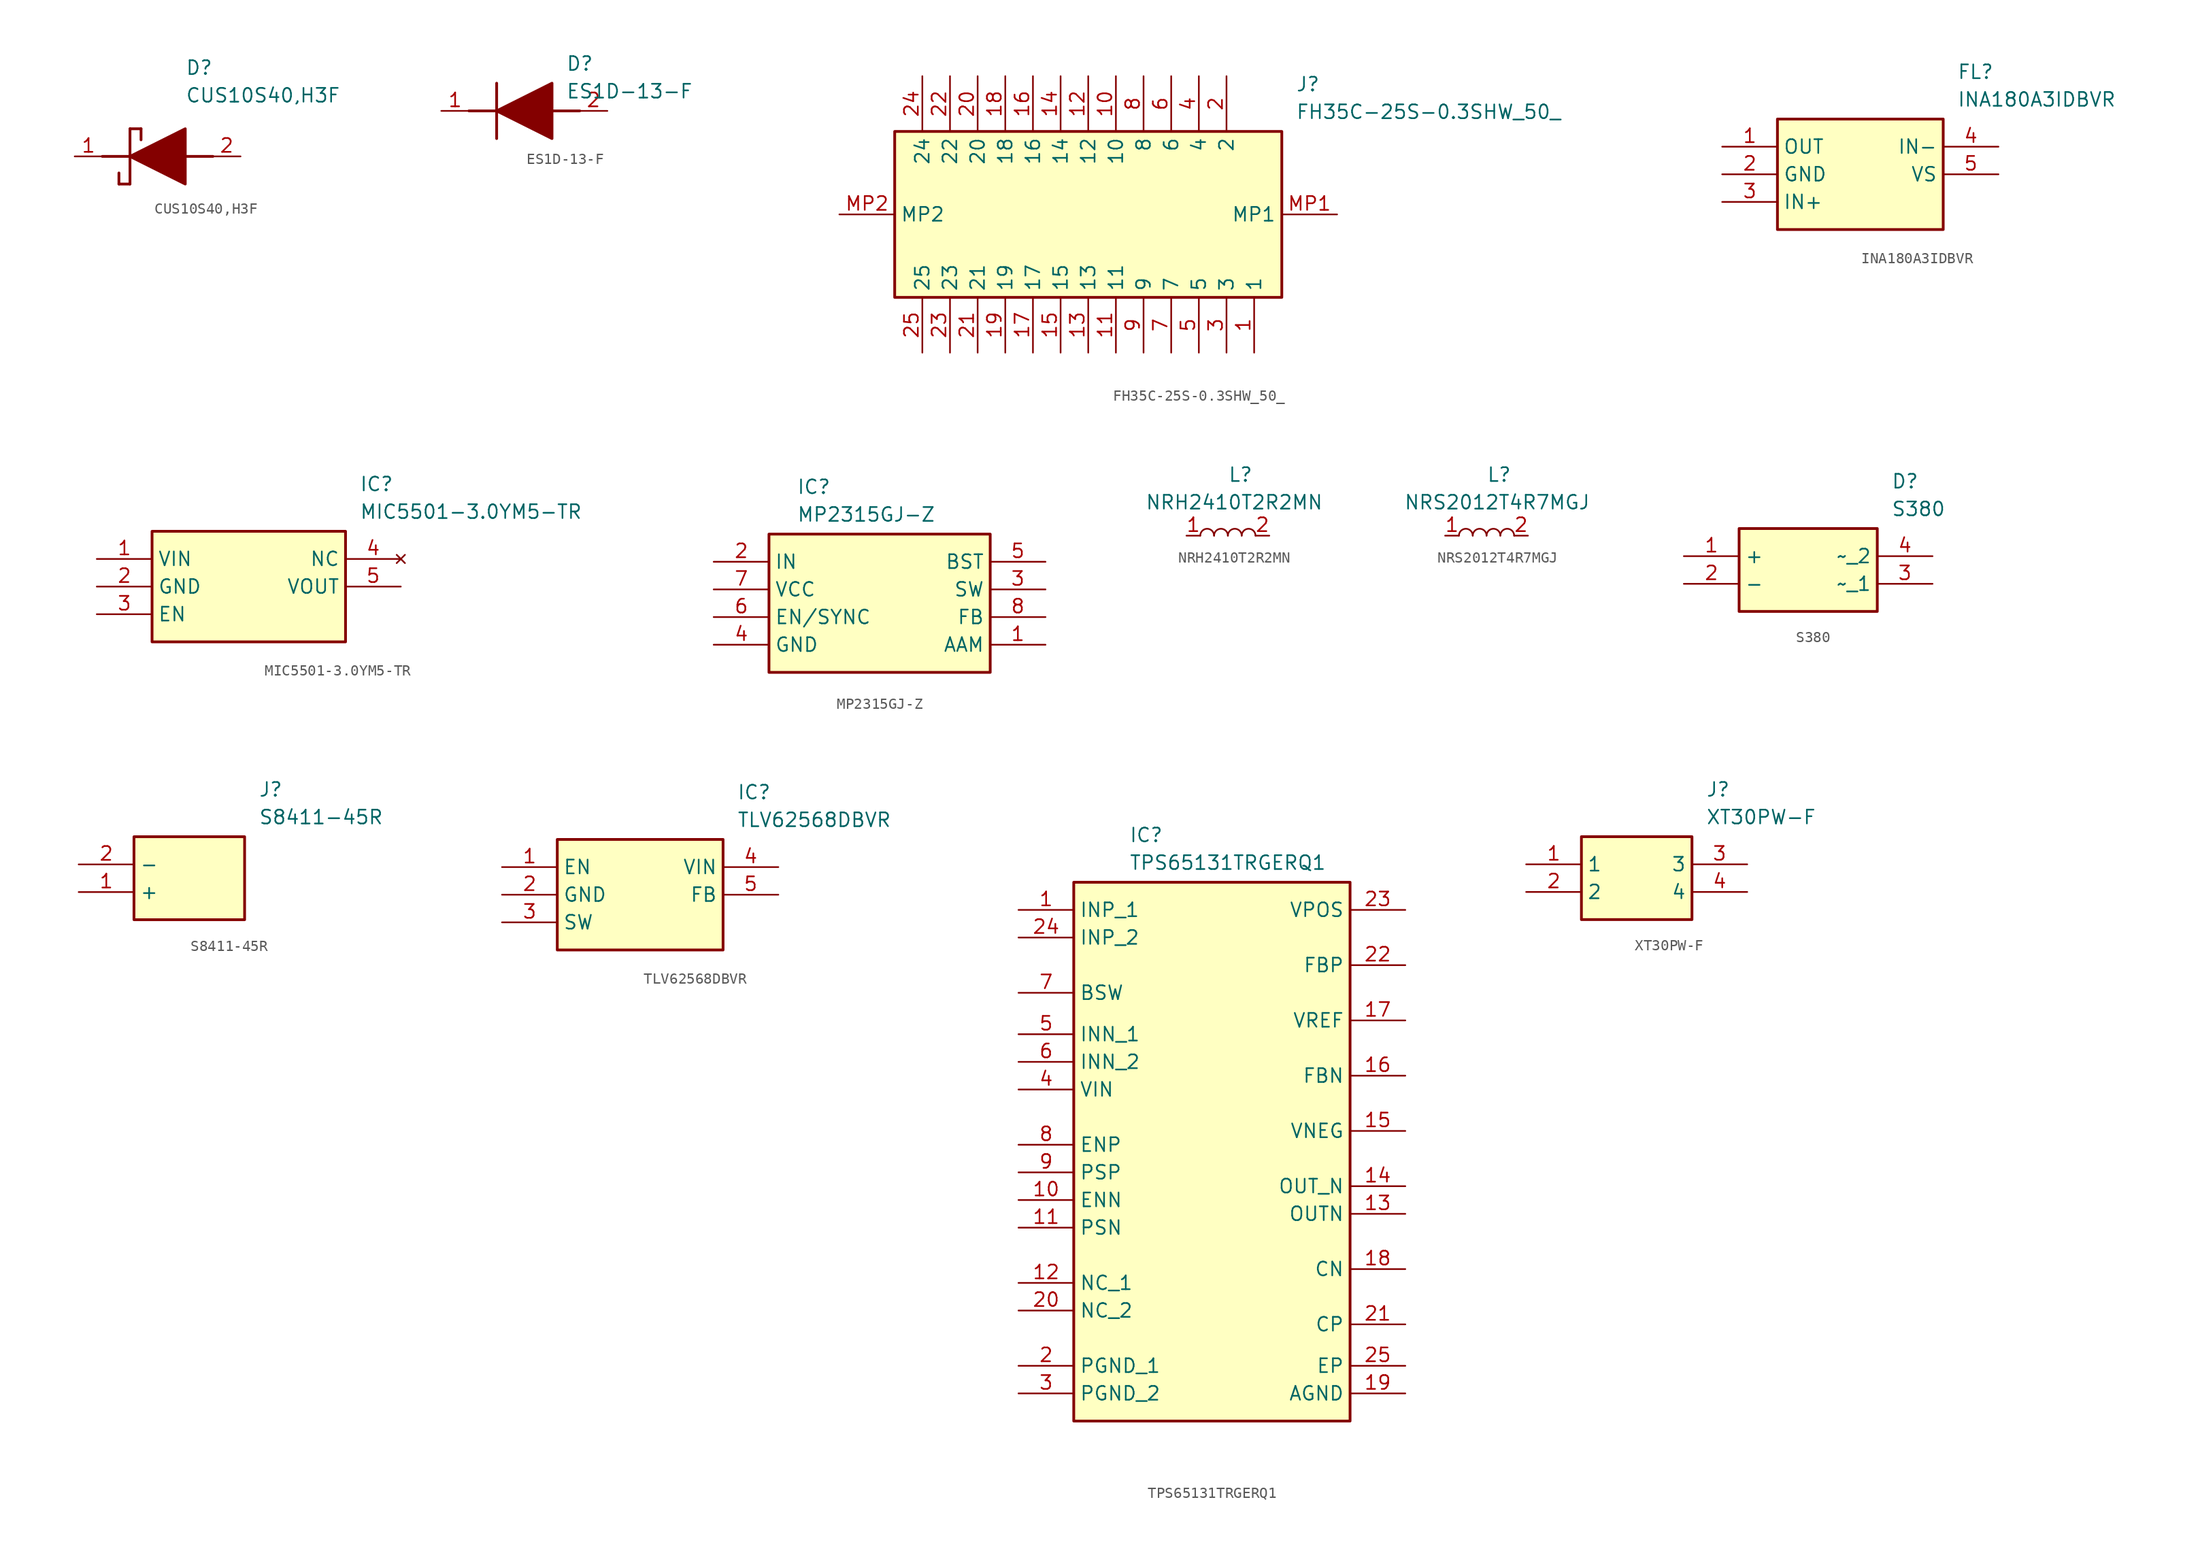
<source format=kicad_sym>
(kicad_symbol_lib
  (version 20220914)
  (generator kicad_symbol_editor)
  (symbol "CUS10S40,H3F"
    (pin_names hide)
    (property "Reference" "D"
      (at 12.7 8.89 0)
      (effects (font (size 1.27 1.27)) (justify left top)))
    (property "Value" "CUS10S40,H3F"
      (at 12.7 6.35 0)
      (effects (font (size 1.27 1.27)) (justify left top)))
    (symbol "CUS10S40,H3F_1_1"
      (polyline (pts (xy 5.08 0) (xy 7.62 0)) (stroke (width 0.254) (type default)) (fill (type none)))
      (polyline (pts (xy 6.604 -1.524) (xy 6.604 -2.54)) (stroke (width 0.254) (type default)) (fill (type none)))
      (polyline (pts (xy 7.62 -2.54) (xy 6.604 -2.54)) (stroke (width 0.254) (type default)) (fill (type none)))
      (polyline (pts (xy 7.62 2.54) (xy 7.62 -2.54)) (stroke (width 0.254) (type default)) (fill (type none)))
      (polyline (pts (xy 7.62 2.54) (xy 8.636 2.54)) (stroke (width 0.254) (type default)) (fill (type none)))
      (polyline (pts (xy 8.636 1.524) (xy 8.636 2.54)) (stroke (width 0.254) (type default)) (fill (type none)))
      (polyline (pts (xy 12.7 0) (xy 15.24 0)) (stroke (width 0.254) (type default)) (fill (type none)))
      (polyline (pts (xy 7.62 0) (xy 12.7 2.54) (xy 12.7 -2.54) (xy 7.62 0)) (stroke (width 0.254) (type default)) (fill (type outline)))
      (pin passive line (at 2.54 0 0) (length 2.54) (name "K" (effects (font (size 1.27 1.27)))) (number "1" (effects (font (size 1.27 1.27)))))
      (pin passive line (at 17.78 0 180) (length 2.54) (name "A" (effects (font (size 1.27 1.27)))) (number "2" (effects (font (size 1.27 1.27)))))))
  (symbol "ES1D-13-F"
    (pin_names hide)
    (property "Reference" "D"
      (at 11.43 5.08 0)
      (effects (font (size 1.27 1.27)) (justify left top)))
    (property "Value" "ES1D-13-F"
      (at 11.43 2.54 0)
      (effects (font (size 1.27 1.27)) (justify left top)))
    (symbol "ES1D-13-F_1_1"
      (polyline (pts (xy 2.54 0) (xy 5.08 0)) (stroke (width 0.254) (type default)) (fill (type none)))
      (polyline (pts (xy 5.08 2.54) (xy 5.08 -2.54)) (stroke (width 0.254) (type default)) (fill (type none)))
      (polyline (pts (xy 10.16 0) (xy 12.7 0)) (stroke (width 0.254) (type default)) (fill (type none)))
      (polyline (pts (xy 5.08 0) (xy 10.16 2.54) (xy 10.16 -2.54) (xy 5.08 0)) (stroke (width 0.254) (type default)) (fill (type outline)))
      (pin passive line (at 0 0 0) (length 2.54) (name "K" (effects (font (size 1.27 1.27)))) (number "1" (effects (font (size 1.27 1.27)))))
      (pin passive line (at 15.24 0 180) (length 2.54) (name "A" (effects (font (size 1.27 1.27)))) (number "2" (effects (font (size 1.27 1.27)))))))
  (symbol "FH35C-25S-0.3SHW_50_"
    (property "Reference" "J"
      (at 41.91 12.7 0)
      (effects (font (size 1.27 1.27)) (justify left top)))
    (property "Value" "FH35C-25S-0.3SHW_50_"
      (at 41.91 10.16 0)
      (effects (font (size 1.27 1.27)) (justify left top)))
    (symbol "FH35C-25S-0.3SHW_50__1_1"
      (rectangle (start 5.08 7.62) (end 40.64 -7.62) (stroke (width 0.254) (type default)) (fill (type background)))
      (pin passive line (at 38.1 -12.7 90) (length 5.08) (name "1" (effects (font (size 1.27 1.27)))) (number "1" (effects (font (size 1.27 1.27)))))
      (pin passive line (at 25.4 12.7 270) (length 5.08) (name "10" (effects (font (size 1.27 1.27)))) (number "10" (effects (font (size 1.27 1.27)))))
      (pin passive line (at 25.4 -12.7 90) (length 5.08) (name "11" (effects (font (size 1.27 1.27)))) (number "11" (effects (font (size 1.27 1.27)))))
      (pin passive line (at 22.86 12.7 270) (length 5.08) (name "12" (effects (font (size 1.27 1.27)))) (number "12" (effects (font (size 1.27 1.27)))))
      (pin passive line (at 22.86 -12.7 90) (length 5.08) (name "13" (effects (font (size 1.27 1.27)))) (number "13" (effects (font (size 1.27 1.27)))))
      (pin passive line (at 20.32 12.7 270) (length 5.08) (name "14" (effects (font (size 1.27 1.27)))) (number "14" (effects (font (size 1.27 1.27)))))
      (pin passive line (at 20.32 -12.7 90) (length 5.08) (name "15" (effects (font (size 1.27 1.27)))) (number "15" (effects (font (size 1.27 1.27)))))
      (pin passive line (at 17.78 12.7 270) (length 5.08) (name "16" (effects (font (size 1.27 1.27)))) (number "16" (effects (font (size 1.27 1.27)))))
      (pin passive line (at 17.78 -12.7 90) (length 5.08) (name "17" (effects (font (size 1.27 1.27)))) (number "17" (effects (font (size 1.27 1.27)))))
      (pin passive line (at 15.24 12.7 270) (length 5.08) (name "18" (effects (font (size 1.27 1.27)))) (number "18" (effects (font (size 1.27 1.27)))))
      (pin passive line (at 15.24 -12.7 90) (length 5.08) (name "19" (effects (font (size 1.27 1.27)))) (number "19" (effects (font (size 1.27 1.27)))))
      (pin passive line (at 35.56 12.7 270) (length 5.08) (name "2" (effects (font (size 1.27 1.27)))) (number "2" (effects (font (size 1.27 1.27)))))
      (pin passive line (at 12.7 12.7 270) (length 5.08) (name "20" (effects (font (size 1.27 1.27)))) (number "20" (effects (font (size 1.27 1.27)))))
      (pin passive line (at 12.7 -12.7 90) (length 5.08) (name "21" (effects (font (size 1.27 1.27)))) (number "21" (effects (font (size 1.27 1.27)))))
      (pin passive line (at 10.16 12.7 270) (length 5.08) (name "22" (effects (font (size 1.27 1.27)))) (number "22" (effects (font (size 1.27 1.27)))))
      (pin passive line (at 10.16 -12.7 90) (length 5.08) (name "23" (effects (font (size 1.27 1.27)))) (number "23" (effects (font (size 1.27 1.27)))))
      (pin passive line (at 7.62 12.7 270) (length 5.08) (name "24" (effects (font (size 1.27 1.27)))) (number "24" (effects (font (size 1.27 1.27)))))
      (pin passive line (at 7.62 -12.7 90) (length 5.08) (name "25" (effects (font (size 1.27 1.27)))) (number "25" (effects (font (size 1.27 1.27)))))
      (pin passive line (at 35.56 -12.7 90) (length 5.08) (name "3" (effects (font (size 1.27 1.27)))) (number "3" (effects (font (size 1.27 1.27)))))
      (pin passive line (at 33.02 12.7 270) (length 5.08) (name "4" (effects (font (size 1.27 1.27)))) (number "4" (effects (font (size 1.27 1.27)))))
      (pin passive line (at 33.02 -12.7 90) (length 5.08) (name "5" (effects (font (size 1.27 1.27)))) (number "5" (effects (font (size 1.27 1.27)))))
      (pin passive line (at 30.48 12.7 270) (length 5.08) (name "6" (effects (font (size 1.27 1.27)))) (number "6" (effects (font (size 1.27 1.27)))))
      (pin passive line (at 30.48 -12.7 90) (length 5.08) (name "7" (effects (font (size 1.27 1.27)))) (number "7" (effects (font (size 1.27 1.27)))))
      (pin passive line (at 27.94 12.7 270) (length 5.08) (name "8" (effects (font (size 1.27 1.27)))) (number "8" (effects (font (size 1.27 1.27)))))
      (pin passive line (at 27.94 -12.7 90) (length 5.08) (name "9" (effects (font (size 1.27 1.27)))) (number "9" (effects (font (size 1.27 1.27)))))
      (pin passive line (at 45.72 0 180) (length 5.08) (name "MP1" (effects (font (size 1.27 1.27)))) (number "MP1" (effects (font (size 1.27 1.27)))))
      (pin passive line (at 0 0 0) (length 5.08) (name "MP2" (effects (font (size 1.27 1.27)))) (number "MP2" (effects (font (size 1.27 1.27)))))))
  (symbol "INA180A3IDBVR"
    (property "Reference" "FL"
      (at 21.59 7.62 0)
      (effects (font (size 1.27 1.27)) (justify left top)))
    (property "Value" "INA180A3IDBVR"
      (at 21.59 5.08 0)
      (effects (font (size 1.27 1.27)) (justify left top)))
    (symbol "INA180A3IDBVR_1_1"
      (rectangle (start 5.08 2.54) (end 20.32 -7.62) (stroke (width 0.254) (type default)) (fill (type background)))
      (pin output line (at 0 0 0) (length 5.08) (name "OUT" (effects (font (size 1.27 1.27)))) (number "1" (effects (font (size 1.27 1.27)))))
      (pin power_in line (at 0 -2.54 0) (length 5.08) (name "GND" (effects (font (size 1.27 1.27)))) (number "2" (effects (font (size 1.27 1.27)))))
      (pin input line (at 0 -5.08 0) (length 5.08) (name "IN+" (effects (font (size 1.27 1.27)))) (number "3" (effects (font (size 1.27 1.27)))))
      (pin input line (at 25.4 0 180) (length 5.08) (name "IN-" (effects (font (size 1.27 1.27)))) (number "4" (effects (font (size 1.27 1.27)))))
      (pin power_in line (at 25.4 -2.54 180) (length 5.08) (name "VS" (effects (font (size 1.27 1.27)))) (number "5" (effects (font (size 1.27 1.27)))))))
  (symbol "MIC5501-3.0YM5-TR"
    (property "Reference" "IC"
      (at 24.13 7.62 0)
      (effects (font (size 1.27 1.27)) (justify left top)))
    (property "Value" "MIC5501-3.0YM5-TR"
      (at 24.13 5.08 0)
      (effects (font (size 1.27 1.27)) (justify left top)))
    (symbol "MIC5501-3.0YM5-TR_1_1"
      (rectangle (start 5.08 2.54) (end 22.86 -7.62) (stroke (width 0.254) (type default)) (fill (type background)))
      (pin passive line (at 0 0 0) (length 5.08) (name "VIN" (effects (font (size 1.27 1.27)))) (number "1" (effects (font (size 1.27 1.27)))))
      (pin passive line (at 0 -2.54 0) (length 5.08) (name "GND" (effects (font (size 1.27 1.27)))) (number "2" (effects (font (size 1.27 1.27)))))
      (pin passive line (at 0 -5.08 0) (length 5.08) (name "EN" (effects (font (size 1.27 1.27)))) (number "3" (effects (font (size 1.27 1.27)))))
      (pin no_connect line (at 27.94 0 180) (length 5.08) (name "NC" (effects (font (size 1.27 1.27)))) (number "4" (effects (font (size 1.27 1.27)))))
      (pin passive line (at 27.94 -2.54 180) (length 5.08) (name "VOUT" (effects (font (size 1.27 1.27)))) (number "5" (effects (font (size 1.27 1.27)))))))
  (symbol "MP2315GJ-Z"
    (property "Reference" "IC"
      (at 7.62 7.62 0)
      (effects (font (size 1.27 1.27)) (justify left top)))
    (property "Value" "MP2315GJ-Z"
      (at 7.62 5.08 0)
      (effects (font (size 1.27 1.27)) (justify left top)))
    (symbol "MP2315GJ-Z_1_1"
      (rectangle (start 5.08 2.54) (end 25.4 -10.16) (stroke (width 0.254) (type default)) (fill (type background)))
      (pin passive line (at 30.48 -7.62 180) (length 5.08) (name "AAM" (effects (font (size 1.27 1.27)))) (number "1" (effects (font (size 1.27 1.27)))))
      (pin input line (at 0 0 0) (length 5.08) (name "IN" (effects (font (size 1.27 1.27)))) (number "2" (effects (font (size 1.27 1.27)))))
      (pin passive line (at 30.48 -2.54 180) (length 5.08) (name "SW" (effects (font (size 1.27 1.27)))) (number "3" (effects (font (size 1.27 1.27)))))
      (pin power_in line (at 0 -7.62 0) (length 5.08) (name "GND" (effects (font (size 1.27 1.27)))) (number "4" (effects (font (size 1.27 1.27)))))
      (pin passive line (at 30.48 0 180) (length 5.08) (name "BST" (effects (font (size 1.27 1.27)))) (number "5" (effects (font (size 1.27 1.27)))))
      (pin passive line (at 0 -5.08 0) (length 5.08) (name "EN/SYNC" (effects (font (size 1.27 1.27)))) (number "6" (effects (font (size 1.27 1.27)))))
      (pin passive line (at 0 -2.54 0) (length 5.08) (name "VCC" (effects (font (size 1.27 1.27)))) (number "7" (effects (font (size 1.27 1.27)))))
      (pin passive line (at 30.48 -5.08 180) (length 5.08) (name "FB" (effects (font (size 1.27 1.27)))) (number "8" (effects (font (size 1.27 1.27)))))))
  (symbol "NRH2410T2R2MN"
    (pin_names hide)
    (property "Reference" "L"
      (at 0 6.35 0)
      (effects (font (size 1.27 1.27)) (justify left top)))
    (property "Value" "NRH2410T2R2MN"
      (at -7.62 3.81 0)
      (effects (font (size 1.27 1.27)) (justify left top)))
    (symbol "NRH2410T2R2MN_0_1"
      (arc (start -1.27 0) (mid -1.905 0.6323) (end -2.54 0) (stroke (width 0) (type default)) (fill (type none)))
      (arc (start 0 0) (mid -0.635 0.6323) (end -1.27 0) (stroke (width 0) (type default)) (fill (type none)))
      (arc (start 1.27 0) (mid 0.635 0.6323) (end 0 0) (stroke (width 0) (type default)) (fill (type none)))
      (arc (start 2.54 0) (mid 1.905 0.6323) (end 1.27 0) (stroke (width 0) (type default)) (fill (type none))))
    (symbol "NRH2410T2R2MN_1_1"
      (pin passive line (at -3.81 0 0) (length 1.27) (name "1" (effects (font (size 1.27 1.27)))) (number "1" (effects (font (size 1.27 1.27)))))
      (pin passive line (at 3.81 0 180) (length 1.27) (name "2" (effects (font (size 1.27 1.27)))) (number "2" (effects (font (size 1.27 1.27)))))))
  (symbol "NRS2012T4R7MGJ"
    (pin_names hide)
    (property "Reference" "L"
      (at 0 6.35 0)
      (effects (font (size 1.27 1.27)) (justify left top)))
    (property "Value" "NRS2012T4R7MGJ"
      (at -7.62 3.81 0)
      (effects (font (size 1.27 1.27)) (justify left top)))
    (symbol "NRS2012T4R7MGJ_0_1"
      (arc (start -1.27 0) (mid -1.905 0.6323) (end -2.54 0) (stroke (width 0) (type default)) (fill (type none)))
      (arc (start 0 0) (mid -0.635 0.6323) (end -1.27 0) (stroke (width 0) (type default)) (fill (type none)))
      (arc (start 1.27 0) (mid 0.635 0.6323) (end 0 0) (stroke (width 0) (type default)) (fill (type none)))
      (arc (start 2.54 0) (mid 1.905 0.6323) (end 1.27 0) (stroke (width 0) (type default)) (fill (type none))))
    (symbol "NRS2012T4R7MGJ_1_1"
      (pin passive line (at -3.81 0 0) (length 1.27) (name "1" (effects (font (size 1.27 1.27)))) (number "1" (effects (font (size 1.27 1.27)))))
      (pin passive line (at 3.81 0 180) (length 1.27) (name "2" (effects (font (size 1.27 1.27)))) (number "2" (effects (font (size 1.27 1.27)))))))
  (symbol "S380"
    (property "Reference" "D"
      (at 19.05 7.62 0)
      (effects (font (size 1.27 1.27)) (justify left top)))
    (property "Value" "S380"
      (at 19.05 5.08 0)
      (effects (font (size 1.27 1.27)) (justify left top)))
    (symbol "S380_1_1"
      (rectangle (start 5.08 2.54) (end 17.78 -5.08) (stroke (width 0.254) (type default)) (fill (type background)))
      (pin passive line (at 0 0 0) (length 5.08) (name "+" (effects (font (size 1.27 1.27)))) (number "1" (effects (font (size 1.27 1.27)))))
      (pin passive line (at 0 -2.54 0) (length 5.08) (name "-" (effects (font (size 1.27 1.27)))) (number "2" (effects (font (size 1.27 1.27)))))
      (pin passive line (at 22.86 -2.54 180) (length 5.08) (name "~_1" (effects (font (size 1.27 1.27)))) (number "3" (effects (font (size 1.27 1.27)))))
      (pin passive line (at 22.86 0 180) (length 5.08) (name "~_2" (effects (font (size 1.27 1.27)))) (number "4" (effects (font (size 1.27 1.27)))))))
  (symbol "S8411-45R"
    (property "Reference" "J"
      (at 16.51 7.62 0)
      (effects (font (size 1.27 1.27)) (justify left top)))
    (property "Value" "S8411-45R"
      (at 16.51 5.08 0)
      (effects (font (size 1.27 1.27)) (justify left top)))
    (rectangle
      (start 5.08 2.54)
      (end 15.24 -5.08)
      (stroke (width 0.254) (type default))
      (fill (type background)))
    (pin passive line
      (at 0 -2.54 0)
      (length 5.08)
      (name "+" (effects (font (size 1.27 1.27))))
      (number "1" (effects (font (size 1.27 1.27)))))
    (pin passive line
      (at 0 0 0)
      (length 5.08)
      (name "-" (effects (font (size 1.27 1.27))))
      (number "2" (effects (font (size 1.27 1.27))))))
  (symbol "TLV62568DBVR"
    (property "Reference" "IC"
      (at 21.59 7.62 0)
      (effects (font (size 1.27 1.27)) (justify left top)))
    (property "Value" "TLV62568DBVR"
      (at 21.59 5.08 0)
      (effects (font (size 1.27 1.27)) (justify left top)))
    (symbol "TLV62568DBVR_1_1"
      (rectangle (start 5.08 2.54) (end 20.32 -7.62) (stroke (width 0.254) (type default)) (fill (type background)))
      (pin passive line (at 0 0 0) (length 5.08) (name "EN" (effects (font (size 1.27 1.27)))) (number "1" (effects (font (size 1.27 1.27)))))
      (pin passive line (at 0 -2.54 0) (length 5.08) (name "GND" (effects (font (size 1.27 1.27)))) (number "2" (effects (font (size 1.27 1.27)))))
      (pin passive line (at 0 -5.08 0) (length 5.08) (name "SW" (effects (font (size 1.27 1.27)))) (number "3" (effects (font (size 1.27 1.27)))))
      (pin passive line (at 25.4 0 180) (length 5.08) (name "VIN" (effects (font (size 1.27 1.27)))) (number "4" (effects (font (size 1.27 1.27)))))
      (pin passive line (at 25.4 -2.54 180) (length 5.08) (name "FB" (effects (font (size 1.27 1.27)))) (number "5" (effects (font (size 1.27 1.27)))))))
  (symbol "TPS65131TRGERQ1"
    (property "Reference" "IC"
      (at 10.16 21.59 0)
      (effects (font (size 1.27 1.27)) (justify left top)))
    (property "Value" "TPS65131TRGERQ1"
      (at 10.16 19.05 0)
      (effects (font (size 1.27 1.27)) (justify left top)))
    (symbol "TPS65131TRGERQ1_1_1"
      (rectangle (start 5.08 16.51) (end 30.48 -33.02) (stroke (width 0.254) (type default)) (fill (type background)))
      (pin passive line (at 0 13.97 0) (length 5.08) (name "INP_1" (effects (font (size 1.27 1.27)))) (number "1" (effects (font (size 1.27 1.27)))))
      (pin passive line (at 0 -12.7 0) (length 5.08) (name "ENN" (effects (font (size 1.27 1.27)))) (number "10" (effects (font (size 1.27 1.27)))))
      (pin passive line (at 0 -15.24 0) (length 5.08) (name "PSN" (effects (font (size 1.27 1.27)))) (number "11" (effects (font (size 1.27 1.27)))))
      (pin passive line (at 0 -20.32 0) (length 5.08) (name "NC_1" (effects (font (size 1.27 1.27)))) (number "12" (effects (font (size 1.27 1.27)))))
      (pin passive line (at 35.56 -13.97 180) (length 5.08) (name "OUTN" (effects (font (size 1.27 1.27)))) (number "13" (effects (font (size 1.27 1.27)))))
      (pin passive line (at 35.56 -11.43 180) (length 5.08) (name "OUT_N" (effects (font (size 1.27 1.27)))) (number "14" (effects (font (size 1.27 1.27)))))
      (pin passive line (at 35.56 -6.35 180) (length 5.08) (name "VNEG" (effects (font (size 1.27 1.27)))) (number "15" (effects (font (size 1.27 1.27)))))
      (pin passive line (at 35.56 -1.27 180) (length 5.08) (name "FBN" (effects (font (size 1.27 1.27)))) (number "16" (effects (font (size 1.27 1.27)))))
      (pin passive line (at 35.56 3.81 180) (length 5.08) (name "VREF" (effects (font (size 1.27 1.27)))) (number "17" (effects (font (size 1.27 1.27)))))
      (pin passive line (at 35.56 -19.05 180) (length 5.08) (name "CN" (effects (font (size 1.27 1.27)))) (number "18" (effects (font (size 1.27 1.27)))))
      (pin passive line (at 35.56 -30.48 180) (length 5.08) (name "AGND" (effects (font (size 1.27 1.27)))) (number "19" (effects (font (size 1.27 1.27)))))
      (pin passive line (at 0 -27.94 0) (length 5.08) (name "PGND_1" (effects (font (size 1.27 1.27)))) (number "2" (effects (font (size 1.27 1.27)))))
      (pin passive line (at 0 -22.86 0) (length 5.08) (name "NC_2" (effects (font (size 1.27 1.27)))) (number "20" (effects (font (size 1.27 1.27)))))
      (pin passive line (at 35.56 -24.13 180) (length 5.08) (name "CP" (effects (font (size 1.27 1.27)))) (number "21" (effects (font (size 1.27 1.27)))))
      (pin passive line (at 35.56 8.89 180) (length 5.08) (name "FBP" (effects (font (size 1.27 1.27)))) (number "22" (effects (font (size 1.27 1.27)))))
      (pin passive line (at 35.56 13.97 180) (length 5.08) (name "VPOS" (effects (font (size 1.27 1.27)))) (number "23" (effects (font (size 1.27 1.27)))))
      (pin passive line (at 0 11.43 0) (length 5.08) (name "INP_2" (effects (font (size 1.27 1.27)))) (number "24" (effects (font (size 1.27 1.27)))))
      (pin passive line (at 35.56 -27.94 180) (length 5.08) (name "EP" (effects (font (size 1.27 1.27)))) (number "25" (effects (font (size 1.27 1.27)))))
      (pin passive line (at 0 -30.48 0) (length 5.08) (name "PGND_2" (effects (font (size 1.27 1.27)))) (number "3" (effects (font (size 1.27 1.27)))))
      (pin passive line (at 0 -2.54 0) (length 5.08) (name "VIN" (effects (font (size 1.27 1.27)))) (number "4" (effects (font (size 1.27 1.27)))))
      (pin passive line (at 0 2.54 0) (length 5.08) (name "INN_1" (effects (font (size 1.27 1.27)))) (number "5" (effects (font (size 1.27 1.27)))))
      (pin passive line (at 0 0 0) (length 5.08) (name "INN_2" (effects (font (size 1.27 1.27)))) (number "6" (effects (font (size 1.27 1.27)))))
      (pin passive line (at 0 6.35 0) (length 5.08) (name "BSW" (effects (font (size 1.27 1.27)))) (number "7" (effects (font (size 1.27 1.27)))))
      (pin passive line (at 0 -7.62 0) (length 5.08) (name "ENP" (effects (font (size 1.27 1.27)))) (number "8" (effects (font (size 1.27 1.27)))))
      (pin passive line (at 0 -10.16 0) (length 5.08) (name "PSP" (effects (font (size 1.27 1.27)))) (number "9" (effects (font (size 1.27 1.27)))))))
  (symbol "XT30PW-F"
    (property "Reference" "J"
      (at 16.51 7.62 0)
      (effects (font (size 1.27 1.27)) (justify left top)))
    (property "Value" "XT30PW-F"
      (at 16.51 5.08 0)
      (effects (font (size 1.27 1.27)) (justify left top)))
    (symbol "XT30PW-F_1_1"
      (rectangle (start 5.08 2.54) (end 15.24 -5.08) (stroke (width 0.254) (type default)) (fill (type background)))
      (pin passive line (at 0 0 0) (length 5.08) (name "1" (effects (font (size 1.27 1.27)))) (number "1" (effects (font (size 1.27 1.27)))))
      (pin passive line (at 0 -2.54 0) (length 5.08) (name "2" (effects (font (size 1.27 1.27)))) (number "2" (effects (font (size 1.27 1.27)))))
      (pin passive line (at 20.32 0 180) (length 5.08) (name "3" (effects (font (size 1.27 1.27)))) (number "3" (effects (font (size 1.27 1.27)))))
      (pin passive line (at 20.32 -2.54 180) (length 5.08) (name "4" (effects (font (size 1.27 1.27)))) (number "4" (effects (font (size 1.27 1.27))))))))
</source>
